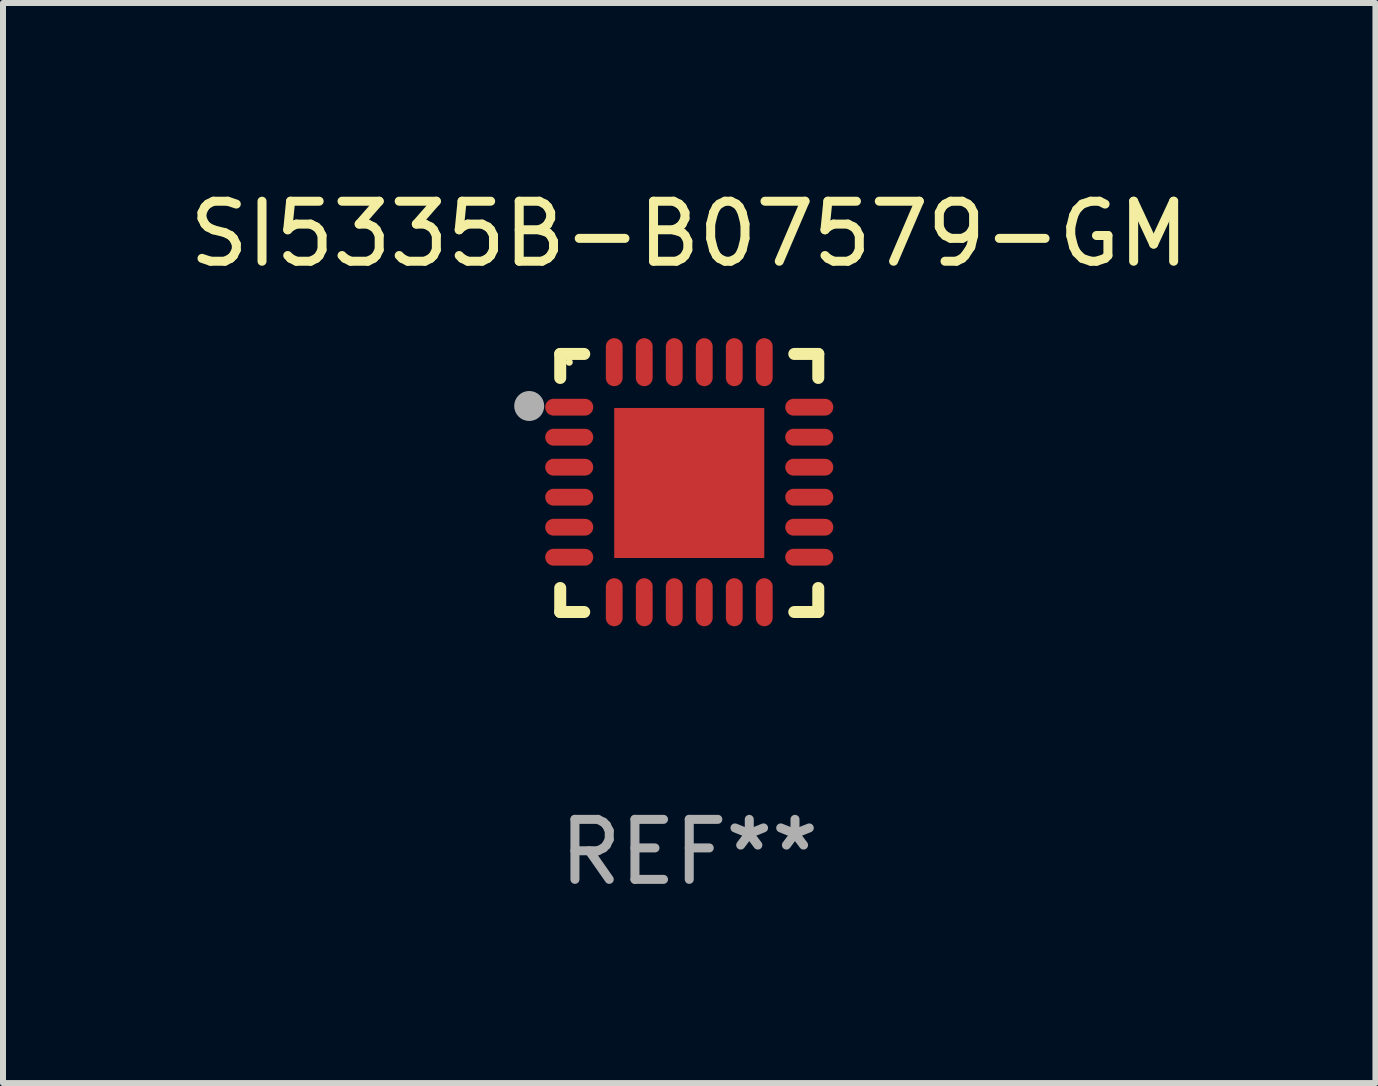
<source format=kicad_pcb>
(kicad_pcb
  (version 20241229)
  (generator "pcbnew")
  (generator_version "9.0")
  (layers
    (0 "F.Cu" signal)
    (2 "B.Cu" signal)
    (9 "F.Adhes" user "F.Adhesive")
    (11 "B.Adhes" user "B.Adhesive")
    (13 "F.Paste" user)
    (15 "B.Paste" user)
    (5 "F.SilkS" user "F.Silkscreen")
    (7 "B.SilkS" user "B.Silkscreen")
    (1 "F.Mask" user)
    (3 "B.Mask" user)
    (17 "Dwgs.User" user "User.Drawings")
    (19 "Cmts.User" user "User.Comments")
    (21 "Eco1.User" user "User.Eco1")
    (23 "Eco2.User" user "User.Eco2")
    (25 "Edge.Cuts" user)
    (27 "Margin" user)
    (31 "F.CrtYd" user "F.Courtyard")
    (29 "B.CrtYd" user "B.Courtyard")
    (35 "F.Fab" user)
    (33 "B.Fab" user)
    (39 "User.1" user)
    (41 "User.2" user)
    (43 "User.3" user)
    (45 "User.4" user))
  (footprint "SI5335B-B07579-GM"
    (layer "F.Cu")
    (at 8.435 4.998)
    (property "Reference" "SI5335B-B07579-GM" (at 0 -4.15 0) (layer "F.SilkS") (effects (font (size 1 1) (thickness 0.15))))
    (attr through_hole)
    (fp_line (start -2.15 -2.15) (end -1.75 -2.15) (stroke (width 0.2) (type solid)) (layer "F.SilkS"))
    (fp_line (start -2.15 -1.75) (end -2.15 -2.15) (stroke (width 0.2) (type solid)) (layer "F.SilkS"))
    (fp_line (start -2.15 2.15) (end -2.15 1.75) (stroke (width 0.2) (type solid)) (layer "F.SilkS"))
    (fp_line (start -1.75 2.15) (end -2.15 2.15) (stroke (width 0.2) (type solid)) (layer "F.SilkS"))
    (fp_line (start 1.75 -2.15) (end 2.15 -2.15) (stroke (width 0.2) (type solid)) (layer "F.SilkS"))
    (fp_line (start 1.75 2.15) (end 2.15 2.15) (stroke (width 0.2) (type solid)) (layer "F.SilkS"))
    (fp_line (start 2.15 -2.15) (end 2.15 -1.75) (stroke (width 0.2) (type solid)) (layer "F.SilkS"))
    (fp_line (start 2.15 2.15) (end 2.15 1.75) (stroke (width 0.2) (type solid)) (layer "F.SilkS"))
    (fp_circle (center -2 -2.013) (end -1.97 -2.013) (stroke (width 0.06) (type solid)) (fill no) (layer "F.SilkS"))
    (fp_circle (center -2.667 -1.283) (end -2.542 -1.283) (stroke (width 0.25) (type solid)) (fill no) (layer "F.Fab"))
    (fp_text user "REF**" (at 0 6.15 0) (layer "F.Fab") (effects (font (size 1 1) (thickness 0.15))))
    (pad "1" smd oval (at -2 -1.263) (size 0.8 0.28) (layers "F.Cu" "F.Mask" "F.Paste"))
    (pad "2" smd oval (at -2 -0.763) (size 0.8 0.28) (layers "F.Cu" "F.Mask" "F.Paste"))
    (pad "3" smd oval (at -2 -0.263) (size 0.8 0.28) (layers "F.Cu" "F.Mask" "F.Paste"))
    (pad "4" smd oval (at -2 0.237) (size 0.8 0.28) (layers "F.Cu" "F.Mask" "F.Paste"))
    (pad "5" smd oval (at -2 0.737) (size 0.8 0.28) (layers "F.Cu" "F.Mask" "F.Paste"))
    (pad "6" smd oval (at -2 1.237) (size 0.8 0.28) (layers "F.Cu" "F.Mask" "F.Paste"))
    (pad "7" smd oval (at -1.25 1.987) (size 0.28 0.8) (layers "F.Cu" "F.Mask" "F.Paste"))
    (pad "8" smd oval (at -0.75 1.987) (size 0.28 0.8) (layers "F.Cu" "F.Mask" "F.Paste"))
    (pad "9" smd oval (at -0.25 1.987) (size 0.28 0.8) (layers "F.Cu" "F.Mask" "F.Paste"))
    (pad "10" smd oval (at 0.25 1.987) (size 0.28 0.8) (layers "F.Cu" "F.Mask" "F.Paste"))
    (pad "11" smd oval (at 0.75 1.987) (size 0.28 0.8) (layers "F.Cu" "F.Mask" "F.Paste"))
    (pad "12" smd oval (at 1.25 1.987) (size 0.28 0.8) (layers "F.Cu" "F.Mask" "F.Paste"))
    (pad "13" smd oval (at 2 1.237) (size 0.8 0.28) (layers "F.Cu" "F.Mask" "F.Paste"))
    (pad "14" smd oval (at 2 0.737) (size 0.8 0.28) (layers "F.Cu" "F.Mask" "F.Paste"))
    (pad "15" smd oval (at 2 0.237) (size 0.8 0.28) (layers "F.Cu" "F.Mask" "F.Paste"))
    (pad "16" smd oval (at 2 -0.263) (size 0.8 0.28) (layers "F.Cu" "F.Mask" "F.Paste"))
    (pad "17" smd oval (at 2 -0.763) (size 0.8 0.28) (layers "F.Cu" "F.Mask" "F.Paste"))
    (pad "18" smd oval (at 2 -1.263) (size 0.8 0.28) (layers "F.Cu" "F.Mask" "F.Paste"))
    (pad "19" smd oval (at 1.25 -2.013) (size 0.28 0.8) (layers "F.Cu" "F.Mask" "F.Paste"))
    (pad "20" smd oval (at 0.75 -2.013) (size 0.28 0.8) (layers "F.Cu" "F.Mask" "F.Paste"))
    (pad "21" smd oval (at 0.25 -2.013) (size 0.28 0.8) (layers "F.Cu" "F.Mask" "F.Paste"))
    (pad "22" smd oval (at -0.25 -2.013) (size 0.28 0.8) (layers "F.Cu" "F.Mask" "F.Paste"))
    (pad "23" smd oval (at -0.75 -2.013) (size 0.28 0.8) (layers "F.Cu" "F.Mask" "F.Paste"))
    (pad "24" smd oval (at -1.25 -2.013) (size 0.28 0.8) (layers "F.Cu" "F.Mask" "F.Paste"))
    (pad "25" smd rect (at -0.000127 -0.00014) (size 2.5 2.5) (layers "F.Cu" "F.Mask" "F.Paste")))
  (gr_rect
    (start -3 -3)
    (end 19.869 14.997)
    (stroke (width 0.1) (type default))
    (fill no)
    (layer "Edge.Cuts")))
</source>
